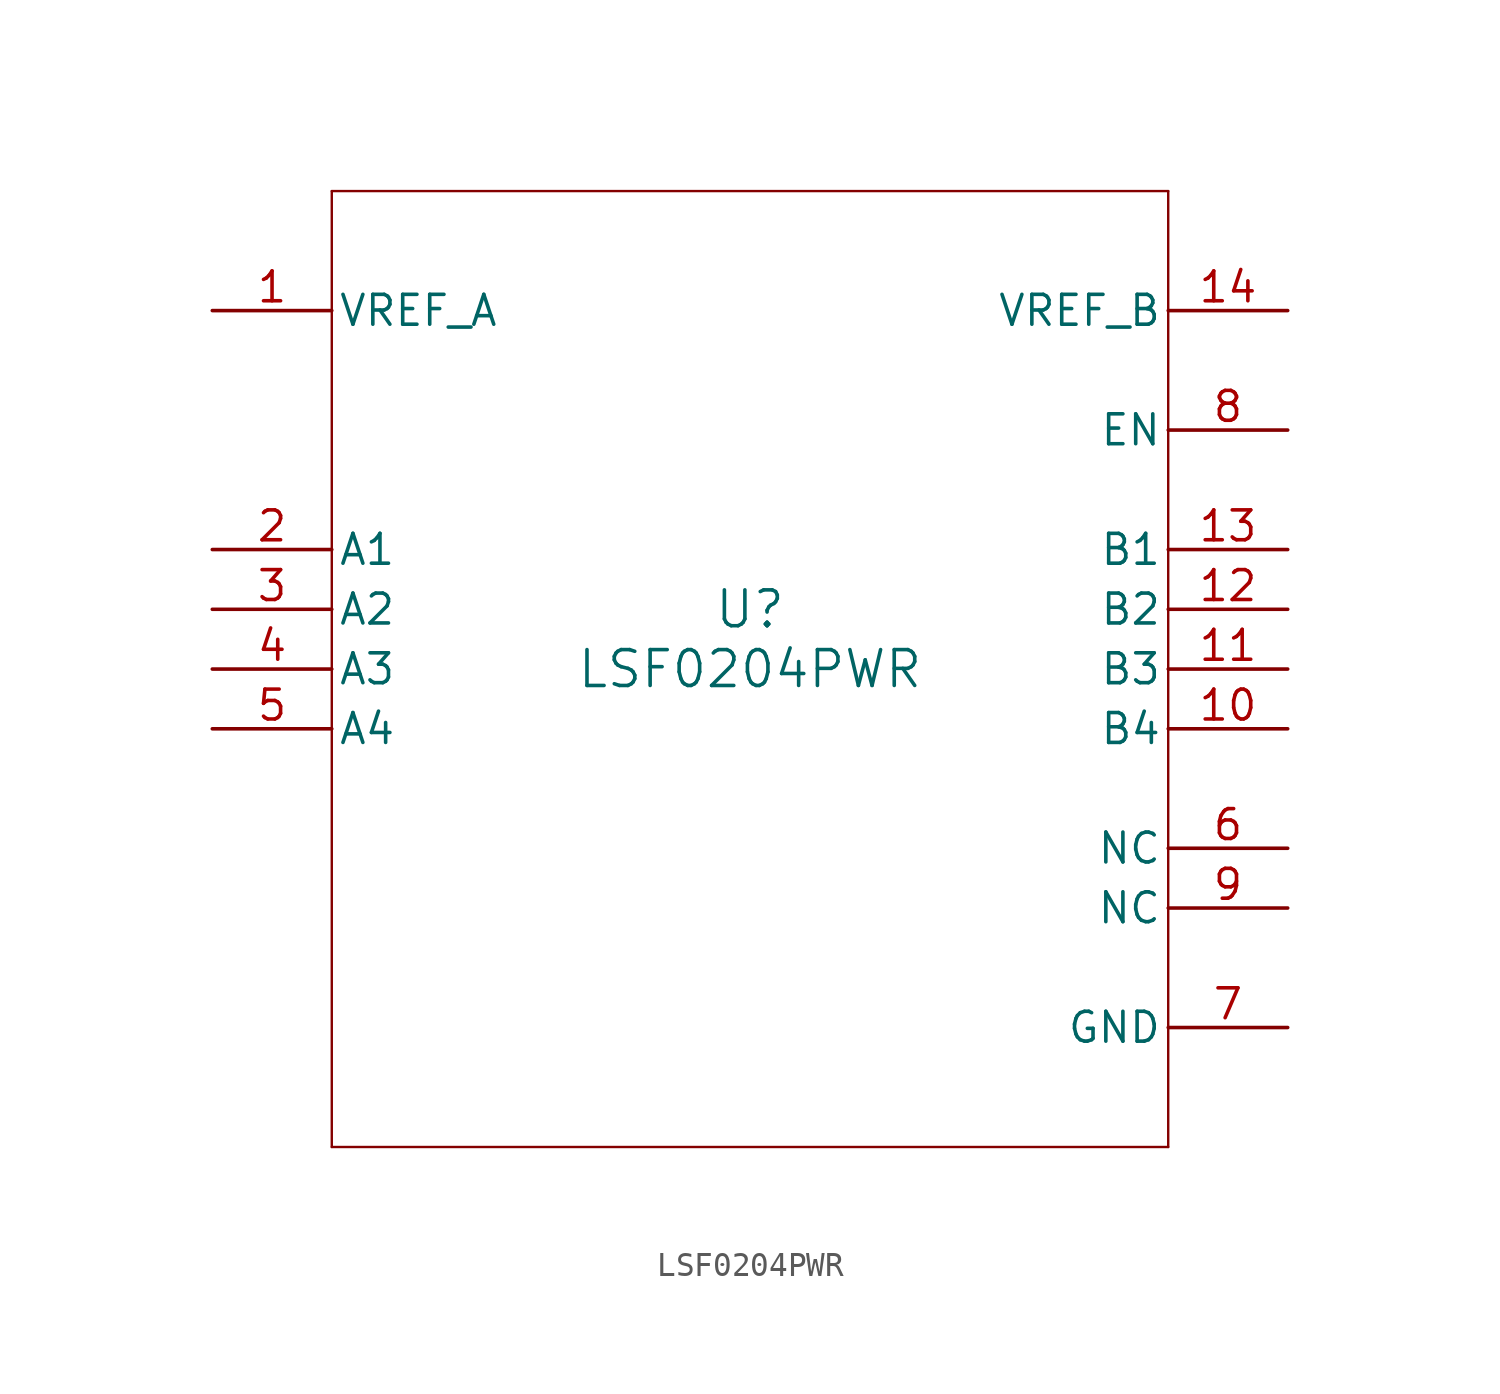
<source format=kicad_sym>
(kicad_symbol_lib
  (version 20211014)
  (generator kicad_symbol_editor)
  (symbol "LSF0204PWR"
    (pin_names
      (offset 0.254))
    (property "Reference" "U"
      (at 0 2.54 0)
      (effects (font (size 1.524 1.524))))
    (property "Value" "LSF0204PWR"
      (at 0 0 0)
      (effects (font (size 1.524 1.524))))
    (symbol "LSF0204PWR_0_1"
      (polyline (pts (xy -17.78 -20.32) (xy 17.78 -20.32)) (stroke (width 0.102) (type default) (color 0 0 0 0)) (fill (type none)))
      (polyline (pts (xy 17.78 -20.32) (xy 17.78 20.32)) (stroke (width 0.102) (type default) (color 0 0 0 0)) (fill (type none)))
      (polyline (pts (xy 17.78 20.32) (xy -17.78 20.32)) (stroke (width 0.102) (type default) (color 0 0 0 0)) (fill (type none)))
      (polyline (pts (xy -17.78 20.32) (xy -17.78 -20.32)) (stroke (width 0.102) (type default) (color 0 0 0 0)) (fill (type none)))
      (pin power_in line (at -22.86 15.24 0) (length 5.08) (name "VREF_A" (effects (font (size 1.27 1.27)))) (number "1" (effects (font (size 1.27 1.27)))))
      (pin bidirectional line (at -22.86 5.08 0) (length 5.08) (name "A1" (effects (font (size 1.27 1.27)))) (number "2" (effects (font (size 1.27 1.27)))))
      (pin bidirectional line (at -22.86 2.54 0) (length 5.08) (name "A2" (effects (font (size 1.27 1.27)))) (number "3" (effects (font (size 1.27 1.27)))))
      (pin bidirectional line (at -22.86 0 0) (length 5.08) (name "A3" (effects (font (size 1.27 1.27)))) (number "4" (effects (font (size 1.27 1.27)))))
      (pin bidirectional line (at -22.86 -2.54 0) (length 5.08) (name "A4" (effects (font (size 1.27 1.27)))) (number "5" (effects (font (size 1.27 1.27)))))
      (pin unspecified line (at 22.86 -7.62 180) (length 5.08) (name "NC" (effects (font (size 1.27 1.27)))) (number "6" (effects (font (size 1.27 1.27)))))
      (pin power_in line (at 22.86 -15.24 180) (length 5.08) (name "GND" (effects (font (size 1.27 1.27)))) (number "7" (effects (font (size 1.27 1.27)))))
      (pin input line (at 22.86 10.16 180) (length 5.08) (name "EN" (effects (font (size 1.27 1.27)))) (number "8" (effects (font (size 1.27 1.27)))))
      (pin unspecified line (at 22.86 -10.16 180) (length 5.08) (name "NC" (effects (font (size 1.27 1.27)))) (number "9" (effects (font (size 1.27 1.27)))))
      (pin bidirectional line (at 22.86 -2.54 180) (length 5.08) (name "B4" (effects (font (size 1.27 1.27)))) (number "10" (effects (font (size 1.27 1.27)))))
      (pin bidirectional line (at 22.86 0 180) (length 5.08) (name "B3" (effects (font (size 1.27 1.27)))) (number "11" (effects (font (size 1.27 1.27)))))
      (pin bidirectional line (at 22.86 2.54 180) (length 5.08) (name "B2" (effects (font (size 1.27 1.27)))) (number "12" (effects (font (size 1.27 1.27)))))
      (pin bidirectional line (at 22.86 5.08 180) (length 5.08) (name "B1" (effects (font (size 1.27 1.27)))) (number "13" (effects (font (size 1.27 1.27)))))
      (pin power_in line (at 22.86 15.24 180) (length 5.08) (name "VREF_B" (effects (font (size 1.27 1.27)))) (number "14" (effects (font (size 1.27 1.27))))))))
</source>
